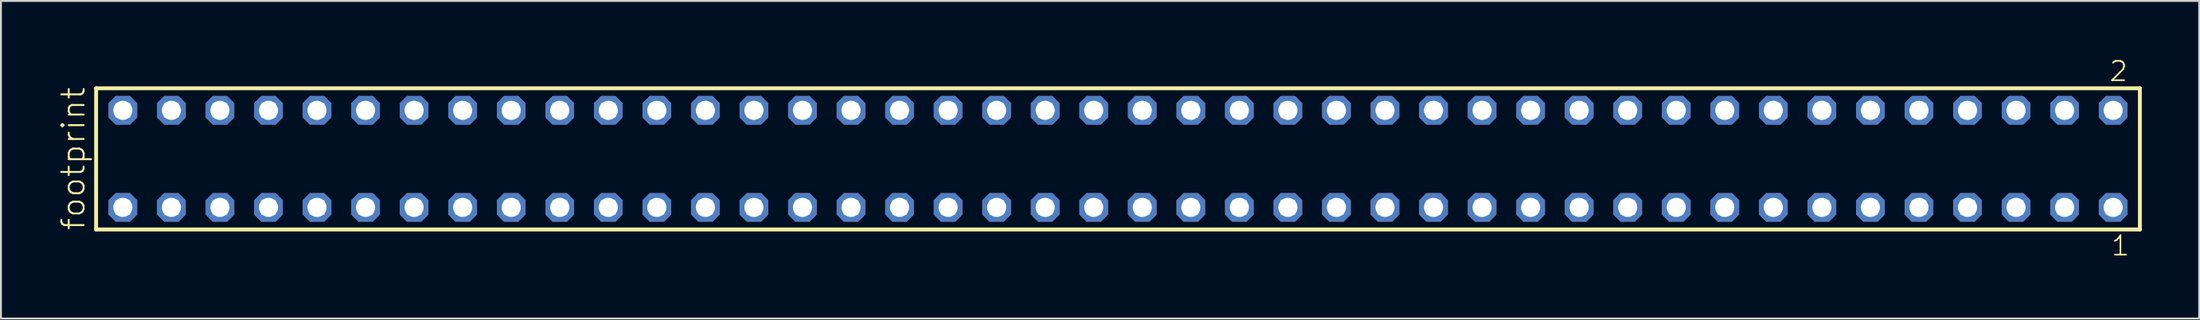
<source format=kicad_pcb>
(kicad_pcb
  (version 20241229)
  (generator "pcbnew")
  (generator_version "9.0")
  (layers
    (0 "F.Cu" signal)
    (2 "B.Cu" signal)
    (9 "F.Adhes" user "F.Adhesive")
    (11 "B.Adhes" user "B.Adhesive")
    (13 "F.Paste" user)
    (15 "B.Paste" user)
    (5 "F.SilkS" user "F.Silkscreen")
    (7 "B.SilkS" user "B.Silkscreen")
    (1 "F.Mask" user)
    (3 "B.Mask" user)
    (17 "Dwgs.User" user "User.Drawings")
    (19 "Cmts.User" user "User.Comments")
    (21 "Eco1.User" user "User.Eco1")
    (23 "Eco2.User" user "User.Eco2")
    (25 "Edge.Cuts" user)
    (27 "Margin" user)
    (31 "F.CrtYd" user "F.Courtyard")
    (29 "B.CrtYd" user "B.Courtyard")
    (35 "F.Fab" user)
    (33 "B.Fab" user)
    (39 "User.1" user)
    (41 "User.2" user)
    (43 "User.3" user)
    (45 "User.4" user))
  (footprint "footprint"
    (layer "F.Cu")
    (at 55.448 5.265)
    (property "Reference" "footprint" (at -53.975 3.81 90) (layer "F.SilkS") (effects (font (size 1.168 1.168) (thickness 0.102)) (justify left bottom)))
    (fp_line (start -53.469 -3.695) (end 53.469 -3.695) (stroke (width 0.203) (type solid)) (layer "F.SilkS"))
    (fp_line (start -53.469 3.695) (end -53.469 -3.695) (stroke (width 0.203) (type solid)) (layer "F.SilkS"))
    (fp_line (start 53.469 -3.695) (end 53.469 3.695) (stroke (width 0.203) (type solid)) (layer "F.SilkS"))
    (fp_line (start 53.469 3.695) (end -53.469 3.695) (stroke (width 0.203) (type solid)) (layer "F.SilkS"))
    (fp_poly (pts (xy -52.42 -2.19) (xy -51.72 -2.19) (xy -51.72 -2.89) (xy -52.42 -2.89)) (stroke (width 0.1) (type solid)) (fill no) (layer "F.Fab"))
    (fp_poly (pts (xy -52.42 2.89) (xy -51.72 2.89) (xy -51.72 2.19) (xy -52.42 2.19)) (stroke (width 0.1) (type solid)) (fill no) (layer "F.Fab"))
    (fp_poly (pts (xy -49.88 -2.19) (xy -49.18 -2.19) (xy -49.18 -2.89) (xy -49.88 -2.89)) (stroke (width 0.1) (type solid)) (fill no) (layer "F.Fab"))
    (fp_poly (pts (xy -49.88 2.89) (xy -49.18 2.89) (xy -49.18 2.19) (xy -49.88 2.19)) (stroke (width 0.1) (type solid)) (fill no) (layer "F.Fab"))
    (fp_poly (pts (xy -47.34 -2.19) (xy -46.64 -2.19) (xy -46.64 -2.89) (xy -47.34 -2.89)) (stroke (width 0.1) (type solid)) (fill no) (layer "F.Fab"))
    (fp_poly (pts (xy -47.34 2.89) (xy -46.64 2.89) (xy -46.64 2.19) (xy -47.34 2.19)) (stroke (width 0.1) (type solid)) (fill no) (layer "F.Fab"))
    (fp_poly (pts (xy -44.8 -2.19) (xy -44.1 -2.19) (xy -44.1 -2.89) (xy -44.8 -2.89)) (stroke (width 0.1) (type solid)) (fill no) (layer "F.Fab"))
    (fp_poly (pts (xy -44.8 2.89) (xy -44.1 2.89) (xy -44.1 2.19) (xy -44.8 2.19)) (stroke (width 0.1) (type solid)) (fill no) (layer "F.Fab"))
    (fp_poly (pts (xy -42.26 -2.19) (xy -41.56 -2.19) (xy -41.56 -2.89) (xy -42.26 -2.89)) (stroke (width 0.1) (type solid)) (fill no) (layer "F.Fab"))
    (fp_poly (pts (xy -42.26 2.89) (xy -41.56 2.89) (xy -41.56 2.19) (xy -42.26 2.19)) (stroke (width 0.1) (type solid)) (fill no) (layer "F.Fab"))
    (fp_poly (pts (xy -39.72 -2.19) (xy -39.02 -2.19) (xy -39.02 -2.89) (xy -39.72 -2.89)) (stroke (width 0.1) (type solid)) (fill no) (layer "F.Fab"))
    (fp_poly (pts (xy -39.72 2.89) (xy -39.02 2.89) (xy -39.02 2.19) (xy -39.72 2.19)) (stroke (width 0.1) (type solid)) (fill no) (layer "F.Fab"))
    (fp_poly (pts (xy -37.18 -2.19) (xy -36.48 -2.19) (xy -36.48 -2.89) (xy -37.18 -2.89)) (stroke (width 0.1) (type solid)) (fill no) (layer "F.Fab"))
    (fp_poly (pts (xy -37.18 2.89) (xy -36.48 2.89) (xy -36.48 2.19) (xy -37.18 2.19)) (stroke (width 0.1) (type solid)) (fill no) (layer "F.Fab"))
    (fp_poly (pts (xy -34.64 -2.19) (xy -33.94 -2.19) (xy -33.94 -2.89) (xy -34.64 -2.89)) (stroke (width 0.1) (type solid)) (fill no) (layer "F.Fab"))
    (fp_poly (pts (xy -34.64 2.89) (xy -33.94 2.89) (xy -33.94 2.19) (xy -34.64 2.19)) (stroke (width 0.1) (type solid)) (fill no) (layer "F.Fab"))
    (fp_poly (pts (xy -32.1 -2.19) (xy -31.4 -2.19) (xy -31.4 -2.89) (xy -32.1 -2.89)) (stroke (width 0.1) (type solid)) (fill no) (layer "F.Fab"))
    (fp_poly (pts (xy -32.1 2.89) (xy -31.4 2.89) (xy -31.4 2.19) (xy -32.1 2.19)) (stroke (width 0.1) (type solid)) (fill no) (layer "F.Fab"))
    (fp_poly (pts (xy -29.56 -2.19) (xy -28.86 -2.19) (xy -28.86 -2.89) (xy -29.56 -2.89)) (stroke (width 0.1) (type solid)) (fill no) (layer "F.Fab"))
    (fp_poly (pts (xy -29.56 2.89) (xy -28.86 2.89) (xy -28.86 2.19) (xy -29.56 2.19)) (stroke (width 0.1) (type solid)) (fill no) (layer "F.Fab"))
    (fp_poly (pts (xy -27.02 -2.19) (xy -26.32 -2.19) (xy -26.32 -2.89) (xy -27.02 -2.89)) (stroke (width 0.1) (type solid)) (fill no) (layer "F.Fab"))
    (fp_poly (pts (xy -27.02 2.89) (xy -26.32 2.89) (xy -26.32 2.19) (xy -27.02 2.19)) (stroke (width 0.1) (type solid)) (fill no) (layer "F.Fab"))
    (fp_poly (pts (xy -24.48 -2.19) (xy -23.78 -2.19) (xy -23.78 -2.89) (xy -24.48 -2.89)) (stroke (width 0.1) (type solid)) (fill no) (layer "F.Fab"))
    (fp_poly (pts (xy -24.48 2.89) (xy -23.78 2.89) (xy -23.78 2.19) (xy -24.48 2.19)) (stroke (width 0.1) (type solid)) (fill no) (layer "F.Fab"))
    (fp_poly (pts (xy -21.94 -2.19) (xy -21.24 -2.19) (xy -21.24 -2.89) (xy -21.94 -2.89)) (stroke (width 0.1) (type solid)) (fill no) (layer "F.Fab"))
    (fp_poly (pts (xy -21.94 2.89) (xy -21.24 2.89) (xy -21.24 2.19) (xy -21.94 2.19)) (stroke (width 0.1) (type solid)) (fill no) (layer "F.Fab"))
    (fp_poly (pts (xy -19.4 -2.19) (xy -18.7 -2.19) (xy -18.7 -2.89) (xy -19.4 -2.89)) (stroke (width 0.1) (type solid)) (fill no) (layer "F.Fab"))
    (fp_poly (pts (xy -19.4 2.89) (xy -18.7 2.89) (xy -18.7 2.19) (xy -19.4 2.19)) (stroke (width 0.1) (type solid)) (fill no) (layer "F.Fab"))
    (fp_poly (pts (xy -16.86 -2.19) (xy -16.16 -2.19) (xy -16.16 -2.89) (xy -16.86 -2.89)) (stroke (width 0.1) (type solid)) (fill no) (layer "F.Fab"))
    (fp_poly (pts (xy -16.86 2.89) (xy -16.16 2.89) (xy -16.16 2.19) (xy -16.86 2.19)) (stroke (width 0.1) (type solid)) (fill no) (layer "F.Fab"))
    (fp_poly (pts (xy -14.32 -2.19) (xy -13.62 -2.19) (xy -13.62 -2.89) (xy -14.32 -2.89)) (stroke (width 0.1) (type solid)) (fill no) (layer "F.Fab"))
    (fp_poly (pts (xy -14.32 2.89) (xy -13.62 2.89) (xy -13.62 2.19) (xy -14.32 2.19)) (stroke (width 0.1) (type solid)) (fill no) (layer "F.Fab"))
    (fp_poly (pts (xy -11.78 -2.19) (xy -11.08 -2.19) (xy -11.08 -2.89) (xy -11.78 -2.89)) (stroke (width 0.1) (type solid)) (fill no) (layer "F.Fab"))
    (fp_poly (pts (xy -11.78 2.89) (xy -11.08 2.89) (xy -11.08 2.19) (xy -11.78 2.19)) (stroke (width 0.1) (type solid)) (fill no) (layer "F.Fab"))
    (fp_poly (pts (xy -9.24 -2.19) (xy -8.54 -2.19) (xy -8.54 -2.89) (xy -9.24 -2.89)) (stroke (width 0.1) (type solid)) (fill no) (layer "F.Fab"))
    (fp_poly (pts (xy -9.24 2.89) (xy -8.54 2.89) (xy -8.54 2.19) (xy -9.24 2.19)) (stroke (width 0.1) (type solid)) (fill no) (layer "F.Fab"))
    (fp_poly (pts (xy -6.7 -2.19) (xy -6 -2.19) (xy -6 -2.89) (xy -6.7 -2.89)) (stroke (width 0.1) (type solid)) (fill no) (layer "F.Fab"))
    (fp_poly (pts (xy -6.7 2.89) (xy -6 2.89) (xy -6 2.19) (xy -6.7 2.19)) (stroke (width 0.1) (type solid)) (fill no) (layer "F.Fab"))
    (fp_poly (pts (xy -4.16 -2.19) (xy -3.46 -2.19) (xy -3.46 -2.89) (xy -4.16 -2.89)) (stroke (width 0.1) (type solid)) (fill no) (layer "F.Fab"))
    (fp_poly (pts (xy -4.16 2.89) (xy -3.46 2.89) (xy -3.46 2.19) (xy -4.16 2.19)) (stroke (width 0.1) (type solid)) (fill no) (layer "F.Fab"))
    (fp_poly (pts (xy -1.62 -2.19) (xy -0.92 -2.19) (xy -0.92 -2.89) (xy -1.62 -2.89)) (stroke (width 0.1) (type solid)) (fill no) (layer "F.Fab"))
    (fp_poly (pts (xy -1.62 2.89) (xy -0.92 2.89) (xy -0.92 2.19) (xy -1.62 2.19)) (stroke (width 0.1) (type solid)) (fill no) (layer "F.Fab"))
    (fp_poly (pts (xy 0.92 -2.19) (xy 1.62 -2.19) (xy 1.62 -2.89) (xy 0.92 -2.89)) (stroke (width 0.1) (type solid)) (fill no) (layer "F.Fab"))
    (fp_poly (pts (xy 0.92 2.89) (xy 1.62 2.89) (xy 1.62 2.19) (xy 0.92 2.19)) (stroke (width 0.1) (type solid)) (fill no) (layer "F.Fab"))
    (fp_poly (pts (xy 3.46 -2.19) (xy 4.16 -2.19) (xy 4.16 -2.89) (xy 3.46 -2.89)) (stroke (width 0.1) (type solid)) (fill no) (layer "F.Fab"))
    (fp_poly (pts (xy 3.46 2.89) (xy 4.16 2.89) (xy 4.16 2.19) (xy 3.46 2.19)) (stroke (width 0.1) (type solid)) (fill no) (layer "F.Fab"))
    (fp_poly (pts (xy 6 -2.19) (xy 6.7 -2.19) (xy 6.7 -2.89) (xy 6 -2.89)) (stroke (width 0.1) (type solid)) (fill no) (layer "F.Fab"))
    (fp_poly (pts (xy 6 2.89) (xy 6.7 2.89) (xy 6.7 2.19) (xy 6 2.19)) (stroke (width 0.1) (type solid)) (fill no) (layer "F.Fab"))
    (fp_poly (pts (xy 8.54 -2.19) (xy 9.24 -2.19) (xy 9.24 -2.89) (xy 8.54 -2.89)) (stroke (width 0.1) (type solid)) (fill no) (layer "F.Fab"))
    (fp_poly (pts (xy 8.54 2.89) (xy 9.24 2.89) (xy 9.24 2.19) (xy 8.54 2.19)) (stroke (width 0.1) (type solid)) (fill no) (layer "F.Fab"))
    (fp_poly (pts (xy 11.08 -2.19) (xy 11.78 -2.19) (xy 11.78 -2.89) (xy 11.08 -2.89)) (stroke (width 0.1) (type solid)) (fill no) (layer "F.Fab"))
    (fp_poly (pts (xy 11.08 2.89) (xy 11.78 2.89) (xy 11.78 2.19) (xy 11.08 2.19)) (stroke (width 0.1) (type solid)) (fill no) (layer "F.Fab"))
    (fp_poly (pts (xy 13.62 -2.19) (xy 14.32 -2.19) (xy 14.32 -2.89) (xy 13.62 -2.89)) (stroke (width 0.1) (type solid)) (fill no) (layer "F.Fab"))
    (fp_poly (pts (xy 13.62 2.89) (xy 14.32 2.89) (xy 14.32 2.19) (xy 13.62 2.19)) (stroke (width 0.1) (type solid)) (fill no) (layer "F.Fab"))
    (fp_poly (pts (xy 16.16 -2.19) (xy 16.86 -2.19) (xy 16.86 -2.89) (xy 16.16 -2.89)) (stroke (width 0.1) (type solid)) (fill no) (layer "F.Fab"))
    (fp_poly (pts (xy 16.16 2.89) (xy 16.86 2.89) (xy 16.86 2.19) (xy 16.16 2.19)) (stroke (width 0.1) (type solid)) (fill no) (layer "F.Fab"))
    (fp_poly (pts (xy 18.7 -2.19) (xy 19.4 -2.19) (xy 19.4 -2.89) (xy 18.7 -2.89)) (stroke (width 0.1) (type solid)) (fill no) (layer "F.Fab"))
    (fp_poly (pts (xy 18.7 2.89) (xy 19.4 2.89) (xy 19.4 2.19) (xy 18.7 2.19)) (stroke (width 0.1) (type solid)) (fill no) (layer "F.Fab"))
    (fp_poly (pts (xy 21.24 -2.19) (xy 21.94 -2.19) (xy 21.94 -2.89) (xy 21.24 -2.89)) (stroke (width 0.1) (type solid)) (fill no) (layer "F.Fab"))
    (fp_poly (pts (xy 21.24 2.89) (xy 21.94 2.89) (xy 21.94 2.19) (xy 21.24 2.19)) (stroke (width 0.1) (type solid)) (fill no) (layer "F.Fab"))
    (fp_poly (pts (xy 23.78 -2.19) (xy 24.48 -2.19) (xy 24.48 -2.89) (xy 23.78 -2.89)) (stroke (width 0.1) (type solid)) (fill no) (layer "F.Fab"))
    (fp_poly (pts (xy 23.78 2.89) (xy 24.48 2.89) (xy 24.48 2.19) (xy 23.78 2.19)) (stroke (width 0.1) (type solid)) (fill no) (layer "F.Fab"))
    (fp_poly (pts (xy 26.32 -2.19) (xy 27.02 -2.19) (xy 27.02 -2.89) (xy 26.32 -2.89)) (stroke (width 0.1) (type solid)) (fill no) (layer "F.Fab"))
    (fp_poly (pts (xy 26.32 2.89) (xy 27.02 2.89) (xy 27.02 2.19) (xy 26.32 2.19)) (stroke (width 0.1) (type solid)) (fill no) (layer "F.Fab"))
    (fp_poly (pts (xy 28.86 -2.19) (xy 29.56 -2.19) (xy 29.56 -2.89) (xy 28.86 -2.89)) (stroke (width 0.1) (type solid)) (fill no) (layer "F.Fab"))
    (fp_poly (pts (xy 28.86 2.89) (xy 29.56 2.89) (xy 29.56 2.19) (xy 28.86 2.19)) (stroke (width 0.1) (type solid)) (fill no) (layer "F.Fab"))
    (fp_poly (pts (xy 31.4 -2.19) (xy 32.1 -2.19) (xy 32.1 -2.89) (xy 31.4 -2.89)) (stroke (width 0.1) (type solid)) (fill no) (layer "F.Fab"))
    (fp_poly (pts (xy 31.4 2.89) (xy 32.1 2.89) (xy 32.1 2.19) (xy 31.4 2.19)) (stroke (width 0.1) (type solid)) (fill no) (layer "F.Fab"))
    (fp_poly (pts (xy 33.94 -2.19) (xy 34.64 -2.19) (xy 34.64 -2.89) (xy 33.94 -2.89)) (stroke (width 0.1) (type solid)) (fill no) (layer "F.Fab"))
    (fp_poly (pts (xy 33.94 2.89) (xy 34.64 2.89) (xy 34.64 2.19) (xy 33.94 2.19)) (stroke (width 0.1) (type solid)) (fill no) (layer "F.Fab"))
    (fp_poly (pts (xy 36.48 -2.19) (xy 37.18 -2.19) (xy 37.18 -2.89) (xy 36.48 -2.89)) (stroke (width 0.1) (type solid)) (fill no) (layer "F.Fab"))
    (fp_poly (pts (xy 36.48 2.89) (xy 37.18 2.89) (xy 37.18 2.19) (xy 36.48 2.19)) (stroke (width 0.1) (type solid)) (fill no) (layer "F.Fab"))
    (fp_poly (pts (xy 39.02 -2.19) (xy 39.72 -2.19) (xy 39.72 -2.89) (xy 39.02 -2.89)) (stroke (width 0.1) (type solid)) (fill no) (layer "F.Fab"))
    (fp_poly (pts (xy 39.02 2.89) (xy 39.72 2.89) (xy 39.72 2.19) (xy 39.02 2.19)) (stroke (width 0.1) (type solid)) (fill no) (layer "F.Fab"))
    (fp_poly (pts (xy 41.56 -2.19) (xy 42.26 -2.19) (xy 42.26 -2.89) (xy 41.56 -2.89)) (stroke (width 0.1) (type solid)) (fill no) (layer "F.Fab"))
    (fp_poly (pts (xy 41.56 2.89) (xy 42.26 2.89) (xy 42.26 2.19) (xy 41.56 2.19)) (stroke (width 0.1) (type solid)) (fill no) (layer "F.Fab"))
    (fp_poly (pts (xy 44.1 -2.19) (xy 44.8 -2.19) (xy 44.8 -2.89) (xy 44.1 -2.89)) (stroke (width 0.1) (type solid)) (fill no) (layer "F.Fab"))
    (fp_poly (pts (xy 44.1 2.89) (xy 44.8 2.89) (xy 44.8 2.19) (xy 44.1 2.19)) (stroke (width 0.1) (type solid)) (fill no) (layer "F.Fab"))
    (fp_poly (pts (xy 46.64 -2.19) (xy 47.34 -2.19) (xy 47.34 -2.89) (xy 46.64 -2.89)) (stroke (width 0.1) (type solid)) (fill no) (layer "F.Fab"))
    (fp_poly (pts (xy 46.64 2.89) (xy 47.34 2.89) (xy 47.34 2.19) (xy 46.64 2.19)) (stroke (width 0.1) (type solid)) (fill no) (layer "F.Fab"))
    (fp_poly (pts (xy 49.18 -2.19) (xy 49.88 -2.19) (xy 49.88 -2.89) (xy 49.18 -2.89)) (stroke (width 0.1) (type solid)) (fill no) (layer "F.Fab"))
    (fp_poly (pts (xy 49.18 2.89) (xy 49.88 2.89) (xy 49.88 2.19) (xy 49.18 2.19)) (stroke (width 0.1) (type solid)) (fill no) (layer "F.Fab"))
    (fp_poly (pts (xy 51.72 -2.19) (xy 52.42 -2.19) (xy 52.42 -2.89) (xy 51.72 -2.89)) (stroke (width 0.1) (type solid)) (fill no) (layer "F.Fab"))
    (fp_poly (pts (xy 51.72 2.89) (xy 52.42 2.89) (xy 52.42 2.19) (xy 51.72 2.19)) (stroke (width 0.1) (type solid)) (fill no) (layer "F.Fab"))
    (fp_text user "1" (at 51.912 5.138 0) (layer "F.SilkS") (effects (font (size 1.012 1.012) (thickness 0.088)) (justify left bottom)))
    (fp_text user "2" (at 51.812 -3.989 0) (layer "F.SilkS") (effects (font (size 1.012 1.012) (thickness 0.088)) (justify left bottom)))
    (pad "1" thru_hole roundrect (at 52.07 2.54 180) (size 1.5 1.5) (drill 1) (layers "*.Cu" "*.Mask") (roundrect_rratio 0.25) (chamfer_ratio 0.25) (chamfer top_left top_right bottom_left bottom_right))
    (pad "2" thru_hole roundrect (at 52.07 -2.54 180) (size 1.5 1.5) (drill 1) (layers "*.Cu" "*.Mask") (roundrect_rratio 0.25) (chamfer_ratio 0.25) (chamfer top_left top_right bottom_left bottom_right))
    (pad "3" thru_hole roundrect (at 49.53 2.54 180) (size 1.5 1.5) (drill 1) (layers "*.Cu" "*.Mask") (roundrect_rratio 0.25) (chamfer_ratio 0.25) (chamfer top_left top_right bottom_left bottom_right))
    (pad "4" thru_hole roundrect (at 49.53 -2.54 180) (size 1.5 1.5) (drill 1) (layers "*.Cu" "*.Mask") (roundrect_rratio 0.25) (chamfer_ratio 0.25) (chamfer top_left top_right bottom_left bottom_right))
    (pad "5" thru_hole roundrect (at 46.99 2.54 180) (size 1.5 1.5) (drill 1) (layers "*.Cu" "*.Mask") (roundrect_rratio 0.25) (chamfer_ratio 0.25) (chamfer top_left top_right bottom_left bottom_right))
    (pad "6" thru_hole roundrect (at 46.99 -2.54 180) (size 1.5 1.5) (drill 1) (layers "*.Cu" "*.Mask") (roundrect_rratio 0.25) (chamfer_ratio 0.25) (chamfer top_left top_right bottom_left bottom_right))
    (pad "7" thru_hole roundrect (at 44.45 2.54 180) (size 1.5 1.5) (drill 1) (layers "*.Cu" "*.Mask") (roundrect_rratio 0.25) (chamfer_ratio 0.25) (chamfer top_left top_right bottom_left bottom_right))
    (pad "8" thru_hole roundrect (at 44.45 -2.54 180) (size 1.5 1.5) (drill 1) (layers "*.Cu" "*.Mask") (roundrect_rratio 0.25) (chamfer_ratio 0.25) (chamfer top_left top_right bottom_left bottom_right))
    (pad "9" thru_hole roundrect (at 41.91 2.54 180) (size 1.5 1.5) (drill 1) (layers "*.Cu" "*.Mask") (roundrect_rratio 0.25) (chamfer_ratio 0.25) (chamfer top_left top_right bottom_left bottom_right))
    (pad "10" thru_hole roundrect (at 41.91 -2.54 180) (size 1.5 1.5) (drill 1) (layers "*.Cu" "*.Mask") (roundrect_rratio 0.25) (chamfer_ratio 0.25) (chamfer top_left top_right bottom_left bottom_right))
    (pad "11" thru_hole roundrect (at 39.37 2.54 180) (size 1.5 1.5) (drill 1) (layers "*.Cu" "*.Mask") (roundrect_rratio 0.25) (chamfer_ratio 0.25) (chamfer top_left top_right bottom_left bottom_right))
    (pad "12" thru_hole roundrect (at 39.37 -2.54 180) (size 1.5 1.5) (drill 1) (layers "*.Cu" "*.Mask") (roundrect_rratio 0.25) (chamfer_ratio 0.25) (chamfer top_left top_right bottom_left bottom_right))
    (pad "13" thru_hole roundrect (at 36.83 2.54 180) (size 1.5 1.5) (drill 1) (layers "*.Cu" "*.Mask") (roundrect_rratio 0.25) (chamfer_ratio 0.25) (chamfer top_left top_right bottom_left bottom_right))
    (pad "14" thru_hole roundrect (at 36.83 -2.54 180) (size 1.5 1.5) (drill 1) (layers "*.Cu" "*.Mask") (roundrect_rratio 0.25) (chamfer_ratio 0.25) (chamfer top_left top_right bottom_left bottom_right))
    (pad "15" thru_hole roundrect (at 34.29 2.54 180) (size 1.5 1.5) (drill 1) (layers "*.Cu" "*.Mask") (roundrect_rratio 0.25) (chamfer_ratio 0.25) (chamfer top_left top_right bottom_left bottom_right))
    (pad "16" thru_hole roundrect (at 34.29 -2.54 180) (size 1.5 1.5) (drill 1) (layers "*.Cu" "*.Mask") (roundrect_rratio 0.25) (chamfer_ratio 0.25) (chamfer top_left top_right bottom_left bottom_right))
    (pad "17" thru_hole roundrect (at 31.75 2.54 180) (size 1.5 1.5) (drill 1) (layers "*.Cu" "*.Mask") (roundrect_rratio 0.25) (chamfer_ratio 0.25) (chamfer top_left top_right bottom_left bottom_right))
    (pad "18" thru_hole roundrect (at 31.75 -2.54 180) (size 1.5 1.5) (drill 1) (layers "*.Cu" "*.Mask") (roundrect_rratio 0.25) (chamfer_ratio 0.25) (chamfer top_left top_right bottom_left bottom_right))
    (pad "19" thru_hole roundrect (at 29.21 2.54 180) (size 1.5 1.5) (drill 1) (layers "*.Cu" "*.Mask") (roundrect_rratio 0.25) (chamfer_ratio 0.25) (chamfer top_left top_right bottom_left bottom_right))
    (pad "20" thru_hole roundrect (at 29.21 -2.54 180) (size 1.5 1.5) (drill 1) (layers "*.Cu" "*.Mask") (roundrect_rratio 0.25) (chamfer_ratio 0.25) (chamfer top_left top_right bottom_left bottom_right))
    (pad "21" thru_hole roundrect (at 26.67 2.54 180) (size 1.5 1.5) (drill 1) (layers "*.Cu" "*.Mask") (roundrect_rratio 0.25) (chamfer_ratio 0.25) (chamfer top_left top_right bottom_left bottom_right))
    (pad "22" thru_hole roundrect (at 26.67 -2.54 180) (size 1.5 1.5) (drill 1) (layers "*.Cu" "*.Mask") (roundrect_rratio 0.25) (chamfer_ratio 0.25) (chamfer top_left top_right bottom_left bottom_right))
    (pad "23" thru_hole roundrect (at 24.13 2.54 180) (size 1.5 1.5) (drill 1) (layers "*.Cu" "*.Mask") (roundrect_rratio 0.25) (chamfer_ratio 0.25) (chamfer top_left top_right bottom_left bottom_right))
    (pad "24" thru_hole roundrect (at 24.13 -2.54 180) (size 1.5 1.5) (drill 1) (layers "*.Cu" "*.Mask") (roundrect_rratio 0.25) (chamfer_ratio 0.25) (chamfer top_left top_right bottom_left bottom_right))
    (pad "25" thru_hole roundrect (at 21.59 2.54 180) (size 1.5 1.5) (drill 1) (layers "*.Cu" "*.Mask") (roundrect_rratio 0.25) (chamfer_ratio 0.25) (chamfer top_left top_right bottom_left bottom_right))
    (pad "26" thru_hole roundrect (at 21.59 -2.54 180) (size 1.5 1.5) (drill 1) (layers "*.Cu" "*.Mask") (roundrect_rratio 0.25) (chamfer_ratio 0.25) (chamfer top_left top_right bottom_left bottom_right))
    (pad "27" thru_hole roundrect (at 19.05 2.54 180) (size 1.5 1.5) (drill 1) (layers "*.Cu" "*.Mask") (roundrect_rratio 0.25) (chamfer_ratio 0.25) (chamfer top_left top_right bottom_left bottom_right))
    (pad "28" thru_hole roundrect (at 19.05 -2.54 180) (size 1.5 1.5) (drill 1) (layers "*.Cu" "*.Mask") (roundrect_rratio 0.25) (chamfer_ratio 0.25) (chamfer top_left top_right bottom_left bottom_right))
    (pad "29" thru_hole roundrect (at 16.51 2.54 180) (size 1.5 1.5) (drill 1) (layers "*.Cu" "*.Mask") (roundrect_rratio 0.25) (chamfer_ratio 0.25) (chamfer top_left top_right bottom_left bottom_right))
    (pad "30" thru_hole roundrect (at 16.51 -2.54 180) (size 1.5 1.5) (drill 1) (layers "*.Cu" "*.Mask") (roundrect_rratio 0.25) (chamfer_ratio 0.25) (chamfer top_left top_right bottom_left bottom_right))
    (pad "31" thru_hole roundrect (at 13.97 2.54 180) (size 1.5 1.5) (drill 1) (layers "*.Cu" "*.Mask") (roundrect_rratio 0.25) (chamfer_ratio 0.25) (chamfer top_left top_right bottom_left bottom_right))
    (pad "32" thru_hole roundrect (at 13.97 -2.54 180) (size 1.5 1.5) (drill 1) (layers "*.Cu" "*.Mask") (roundrect_rratio 0.25) (chamfer_ratio 0.25) (chamfer top_left top_right bottom_left bottom_right))
    (pad "33" thru_hole roundrect (at 11.43 2.54 180) (size 1.5 1.5) (drill 1) (layers "*.Cu" "*.Mask") (roundrect_rratio 0.25) (chamfer_ratio 0.25) (chamfer top_left top_right bottom_left bottom_right))
    (pad "34" thru_hole roundrect (at 11.43 -2.54 180) (size 1.5 1.5) (drill 1) (layers "*.Cu" "*.Mask") (roundrect_rratio 0.25) (chamfer_ratio 0.25) (chamfer top_left top_right bottom_left bottom_right))
    (pad "35" thru_hole roundrect (at 8.89 2.54 180) (size 1.5 1.5) (drill 1) (layers "*.Cu" "*.Mask") (roundrect_rratio 0.25) (chamfer_ratio 0.25) (chamfer top_left top_right bottom_left bottom_right))
    (pad "36" thru_hole roundrect (at 8.89 -2.54 180) (size 1.5 1.5) (drill 1) (layers "*.Cu" "*.Mask") (roundrect_rratio 0.25) (chamfer_ratio 0.25) (chamfer top_left top_right bottom_left bottom_right))
    (pad "37" thru_hole roundrect (at 6.35 2.54 180) (size 1.5 1.5) (drill 1) (layers "*.Cu" "*.Mask") (roundrect_rratio 0.25) (chamfer_ratio 0.25) (chamfer top_left top_right bottom_left bottom_right))
    (pad "38" thru_hole roundrect (at 6.35 -2.54 180) (size 1.5 1.5) (drill 1) (layers "*.Cu" "*.Mask") (roundrect_rratio 0.25) (chamfer_ratio 0.25) (chamfer top_left top_right bottom_left bottom_right))
    (pad "39" thru_hole roundrect (at 3.81 2.54 180) (size 1.5 1.5) (drill 1) (layers "*.Cu" "*.Mask") (roundrect_rratio 0.25) (chamfer_ratio 0.25) (chamfer top_left top_right bottom_left bottom_right))
    (pad "40" thru_hole roundrect (at 3.81 -2.54 180) (size 1.5 1.5) (drill 1) (layers "*.Cu" "*.Mask") (roundrect_rratio 0.25) (chamfer_ratio 0.25) (chamfer top_left top_right bottom_left bottom_right))
    (pad "41" thru_hole roundrect (at 1.27 2.54 180) (size 1.5 1.5) (drill 1) (layers "*.Cu" "*.Mask") (roundrect_rratio 0.25) (chamfer_ratio 0.25) (chamfer top_left top_right bottom_left bottom_right))
    (pad "42" thru_hole roundrect (at 1.27 -2.54 180) (size 1.5 1.5) (drill 1) (layers "*.Cu" "*.Mask") (roundrect_rratio 0.25) (chamfer_ratio 0.25) (chamfer top_left top_right bottom_left bottom_right))
    (pad "43" thru_hole roundrect (at -1.27 2.54 180) (size 1.5 1.5) (drill 1) (layers "*.Cu" "*.Mask") (roundrect_rratio 0.25) (chamfer_ratio 0.25) (chamfer top_left top_right bottom_left bottom_right))
    (pad "44" thru_hole roundrect (at -1.27 -2.54 180) (size 1.5 1.5) (drill 1) (layers "*.Cu" "*.Mask") (roundrect_rratio 0.25) (chamfer_ratio 0.25) (chamfer top_left top_right bottom_left bottom_right))
    (pad "45" thru_hole roundrect (at -3.81 2.54 180) (size 1.5 1.5) (drill 1) (layers "*.Cu" "*.Mask") (roundrect_rratio 0.25) (chamfer_ratio 0.25) (chamfer top_left top_right bottom_left bottom_right))
    (pad "46" thru_hole roundrect (at -3.81 -2.54 180) (size 1.5 1.5) (drill 1) (layers "*.Cu" "*.Mask") (roundrect_rratio 0.25) (chamfer_ratio 0.25) (chamfer top_left top_right bottom_left bottom_right))
    (pad "47" thru_hole roundrect (at -6.35 2.54 180) (size 1.5 1.5) (drill 1) (layers "*.Cu" "*.Mask") (roundrect_rratio 0.25) (chamfer_ratio 0.25) (chamfer top_left top_right bottom_left bottom_right))
    (pad "48" thru_hole roundrect (at -6.35 -2.54 180) (size 1.5 1.5) (drill 1) (layers "*.Cu" "*.Mask") (roundrect_rratio 0.25) (chamfer_ratio 0.25) (chamfer top_left top_right bottom_left bottom_right))
    (pad "49" thru_hole roundrect (at -8.89 2.54 180) (size 1.5 1.5) (drill 1) (layers "*.Cu" "*.Mask") (roundrect_rratio 0.25) (chamfer_ratio 0.25) (chamfer top_left top_right bottom_left bottom_right))
    (pad "50" thru_hole roundrect (at -8.89 -2.54 180) (size 1.5 1.5) (drill 1) (layers "*.Cu" "*.Mask") (roundrect_rratio 0.25) (chamfer_ratio 0.25) (chamfer top_left top_right bottom_left bottom_right))
    (pad "51" thru_hole roundrect (at -11.43 2.54 180) (size 1.5 1.5) (drill 1) (layers "*.Cu" "*.Mask") (roundrect_rratio 0.25) (chamfer_ratio 0.25) (chamfer top_left top_right bottom_left bottom_right))
    (pad "52" thru_hole roundrect (at -11.43 -2.54 180) (size 1.5 1.5) (drill 1) (layers "*.Cu" "*.Mask") (roundrect_rratio 0.25) (chamfer_ratio 0.25) (chamfer top_left top_right bottom_left bottom_right))
    (pad "53" thru_hole roundrect (at -13.97 2.54 180) (size 1.5 1.5) (drill 1) (layers "*.Cu" "*.Mask") (roundrect_rratio 0.25) (chamfer_ratio 0.25) (chamfer top_left top_right bottom_left bottom_right))
    (pad "54" thru_hole roundrect (at -13.97 -2.54 180) (size 1.5 1.5) (drill 1) (layers "*.Cu" "*.Mask") (roundrect_rratio 0.25) (chamfer_ratio 0.25) (chamfer top_left top_right bottom_left bottom_right))
    (pad "55" thru_hole roundrect (at -16.51 2.54 180) (size 1.5 1.5) (drill 1) (layers "*.Cu" "*.Mask") (roundrect_rratio 0.25) (chamfer_ratio 0.25) (chamfer top_left top_right bottom_left bottom_right))
    (pad "56" thru_hole roundrect (at -16.51 -2.54 180) (size 1.5 1.5) (drill 1) (layers "*.Cu" "*.Mask") (roundrect_rratio 0.25) (chamfer_ratio 0.25) (chamfer top_left top_right bottom_left bottom_right))
    (pad "57" thru_hole roundrect (at -19.05 2.54 180) (size 1.5 1.5) (drill 1) (layers "*.Cu" "*.Mask") (roundrect_rratio 0.25) (chamfer_ratio 0.25) (chamfer top_left top_right bottom_left bottom_right))
    (pad "58" thru_hole roundrect (at -19.05 -2.54 180) (size 1.5 1.5) (drill 1) (layers "*.Cu" "*.Mask") (roundrect_rratio 0.25) (chamfer_ratio 0.25) (chamfer top_left top_right bottom_left bottom_right))
    (pad "59" thru_hole roundrect (at -21.59 2.54 180) (size 1.5 1.5) (drill 1) (layers "*.Cu" "*.Mask") (roundrect_rratio 0.25) (chamfer_ratio 0.25) (chamfer top_left top_right bottom_left bottom_right))
    (pad "60" thru_hole roundrect (at -21.59 -2.54 180) (size 1.5 1.5) (drill 1) (layers "*.Cu" "*.Mask") (roundrect_rratio 0.25) (chamfer_ratio 0.25) (chamfer top_left top_right bottom_left bottom_right))
    (pad "61" thru_hole roundrect (at -24.13 2.54 180) (size 1.5 1.5) (drill 1) (layers "*.Cu" "*.Mask") (roundrect_rratio 0.25) (chamfer_ratio 0.25) (chamfer top_left top_right bottom_left bottom_right))
    (pad "62" thru_hole roundrect (at -24.13 -2.54 180) (size 1.5 1.5) (drill 1) (layers "*.Cu" "*.Mask") (roundrect_rratio 0.25) (chamfer_ratio 0.25) (chamfer top_left top_right bottom_left bottom_right))
    (pad "63" thru_hole roundrect (at -26.67 2.54 180) (size 1.5 1.5) (drill 1) (layers "*.Cu" "*.Mask") (roundrect_rratio 0.25) (chamfer_ratio 0.25) (chamfer top_left top_right bottom_left bottom_right))
    (pad "64" thru_hole roundrect (at -26.67 -2.54 180) (size 1.5 1.5) (drill 1) (layers "*.Cu" "*.Mask") (roundrect_rratio 0.25) (chamfer_ratio 0.25) (chamfer top_left top_right bottom_left bottom_right))
    (pad "65" thru_hole roundrect (at -29.21 2.54 180) (size 1.5 1.5) (drill 1) (layers "*.Cu" "*.Mask") (roundrect_rratio 0.25) (chamfer_ratio 0.25) (chamfer top_left top_right bottom_left bottom_right))
    (pad "66" thru_hole roundrect (at -29.21 -2.54 180) (size 1.5 1.5) (drill 1) (layers "*.Cu" "*.Mask") (roundrect_rratio 0.25) (chamfer_ratio 0.25) (chamfer top_left top_right bottom_left bottom_right))
    (pad "67" thru_hole roundrect (at -31.75 2.54 180) (size 1.5 1.5) (drill 1) (layers "*.Cu" "*.Mask") (roundrect_rratio 0.25) (chamfer_ratio 0.25) (chamfer top_left top_right bottom_left bottom_right))
    (pad "68" thru_hole roundrect (at -31.75 -2.54 180) (size 1.5 1.5) (drill 1) (layers "*.Cu" "*.Mask") (roundrect_rratio 0.25) (chamfer_ratio 0.25) (chamfer top_left top_right bottom_left bottom_right))
    (pad "69" thru_hole roundrect (at -34.29 2.54 180) (size 1.5 1.5) (drill 1) (layers "*.Cu" "*.Mask") (roundrect_rratio 0.25) (chamfer_ratio 0.25) (chamfer top_left top_right bottom_left bottom_right))
    (pad "70" thru_hole roundrect (at -34.29 -2.54 180) (size 1.5 1.5) (drill 1) (layers "*.Cu" "*.Mask") (roundrect_rratio 0.25) (chamfer_ratio 0.25) (chamfer top_left top_right bottom_left bottom_right))
    (pad "71" thru_hole roundrect (at -36.83 2.54 180) (size 1.5 1.5) (drill 1) (layers "*.Cu" "*.Mask") (roundrect_rratio 0.25) (chamfer_ratio 0.25) (chamfer top_left top_right bottom_left bottom_right))
    (pad "72" thru_hole roundrect (at -36.83 -2.54 180) (size 1.5 1.5) (drill 1) (layers "*.Cu" "*.Mask") (roundrect_rratio 0.25) (chamfer_ratio 0.25) (chamfer top_left top_right bottom_left bottom_right))
    (pad "73" thru_hole roundrect (at -39.37 2.54 180) (size 1.5 1.5) (drill 1) (layers "*.Cu" "*.Mask") (roundrect_rratio 0.25) (chamfer_ratio 0.25) (chamfer top_left top_right bottom_left bottom_right))
    (pad "74" thru_hole roundrect (at -39.37 -2.54 180) (size 1.5 1.5) (drill 1) (layers "*.Cu" "*.Mask") (roundrect_rratio 0.25) (chamfer_ratio 0.25) (chamfer top_left top_right bottom_left bottom_right))
    (pad "75" thru_hole roundrect (at -41.91 2.54 180) (size 1.5 1.5) (drill 1) (layers "*.Cu" "*.Mask") (roundrect_rratio 0.25) (chamfer_ratio 0.25) (chamfer top_left top_right bottom_left bottom_right))
    (pad "76" thru_hole roundrect (at -41.91 -2.54 180) (size 1.5 1.5) (drill 1) (layers "*.Cu" "*.Mask") (roundrect_rratio 0.25) (chamfer_ratio 0.25) (chamfer top_left top_right bottom_left bottom_right))
    (pad "77" thru_hole roundrect (at -44.45 2.54 180) (size 1.5 1.5) (drill 1) (layers "*.Cu" "*.Mask") (roundrect_rratio 0.25) (chamfer_ratio 0.25) (chamfer top_left top_right bottom_left bottom_right))
    (pad "78" thru_hole roundrect (at -44.45 -2.54 180) (size 1.5 1.5) (drill 1) (layers "*.Cu" "*.Mask") (roundrect_rratio 0.25) (chamfer_ratio 0.25) (chamfer top_left top_right bottom_left bottom_right))
    (pad "79" thru_hole roundrect (at -46.99 2.54 180) (size 1.5 1.5) (drill 1) (layers "*.Cu" "*.Mask") (roundrect_rratio 0.25) (chamfer_ratio 0.25) (chamfer top_left top_right bottom_left bottom_right))
    (pad "80" thru_hole roundrect (at -46.99 -2.54 180) (size 1.5 1.5) (drill 1) (layers "*.Cu" "*.Mask") (roundrect_rratio 0.25) (chamfer_ratio 0.25) (chamfer top_left top_right bottom_left bottom_right))
    (pad "81" thru_hole roundrect (at -49.53 2.54 180) (size 1.5 1.5) (drill 1) (layers "*.Cu" "*.Mask") (roundrect_rratio 0.25) (chamfer_ratio 0.25) (chamfer top_left top_right bottom_left bottom_right))
    (pad "82" thru_hole roundrect (at -49.53 -2.54 180) (size 1.5 1.5) (drill 1) (layers "*.Cu" "*.Mask") (roundrect_rratio 0.25) (chamfer_ratio 0.25) (chamfer top_left top_right bottom_left bottom_right))
    (pad "83" thru_hole roundrect (at -52.07 2.54 180) (size 1.5 1.5) (drill 1) (layers "*.Cu" "*.Mask") (roundrect_rratio 0.25) (chamfer_ratio 0.25) (chamfer top_left top_right bottom_left bottom_right))
    (pad "84" thru_hole roundrect (at -52.07 -2.54 180) (size 1.5 1.5) (drill 1) (layers "*.Cu" "*.Mask") (roundrect_rratio 0.25) (chamfer_ratio 0.25) (chamfer top_left top_right bottom_left bottom_right)))
  (gr_rect
    (start -3 -3)
    (end 112.019 13.62)
    (stroke (width 0.1) (type default))
    (fill no)
    (layer "Edge.Cuts")))
</source>
